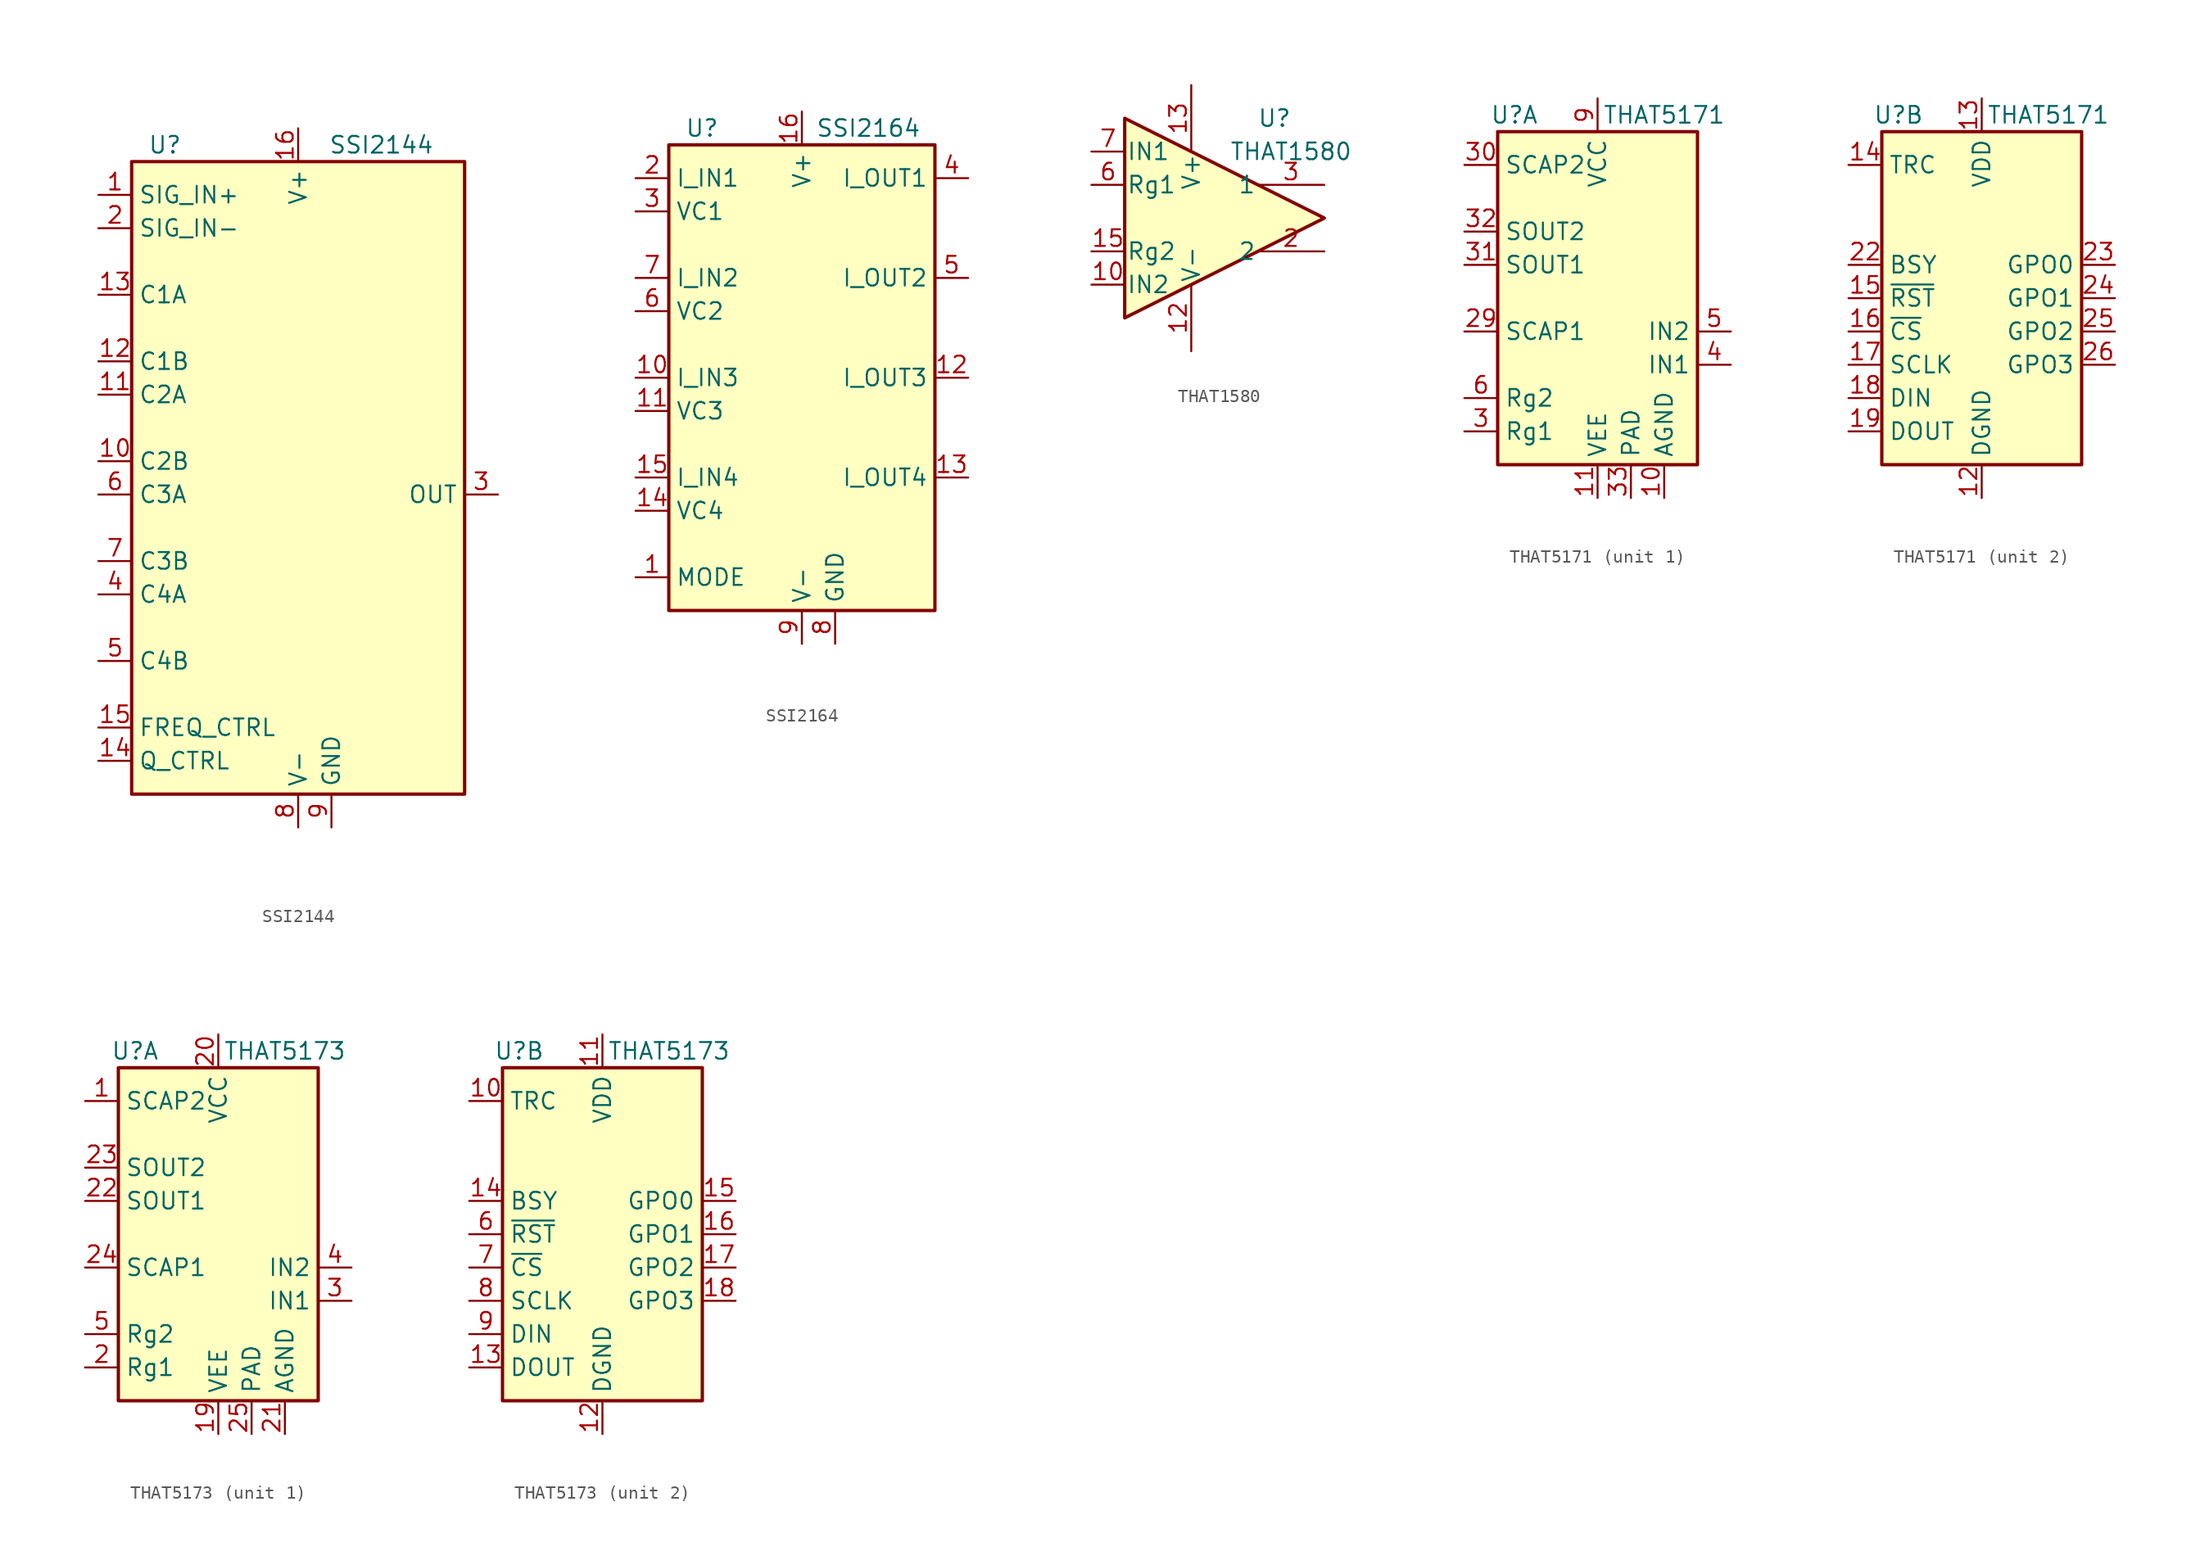
<source format=kicad_sym>
(kicad_symbol_lib
  (version 20201005)
  (generator kicad_symbol_editor)
  (symbol "SSI2144"
    (property "Reference" "U"
      (at -10.16 26.67 0)
      (effects (font (size 1.27 1.27))))
    (property "Value" "SSI2144"
      (at 6.35 26.67 0)
      (effects (font (size 1.27 1.27))))
    (symbol "SSI2144_0_1"
      (rectangle (start -12.7 25.4) (end 12.7 -22.86) (stroke (width 0.254)) (fill (type background))))
    (symbol "SSI2144_1_1"
      (pin input line (at -15.24 22.86 0) (length 2.54) (name "SIG_IN+" (effects (font (size 1.27 1.27)))) (number "1" (effects (font (size 1.27 1.27)))))
      (pin passive line (at -15.24 2.54 0) (length 2.54) (name "C2B" (effects (font (size 1.27 1.27)))) (number "10" (effects (font (size 1.27 1.27)))))
      (pin passive line (at -15.24 7.62 0) (length 2.54) (name "C2A" (effects (font (size 1.27 1.27)))) (number "11" (effects (font (size 1.27 1.27)))))
      (pin passive line (at -15.24 10.16 0) (length 2.54) (name "C1B" (effects (font (size 1.27 1.27)))) (number "12" (effects (font (size 1.27 1.27)))))
      (pin passive line (at -15.24 15.24 0) (length 2.54) (name "C1A" (effects (font (size 1.27 1.27)))) (number "13" (effects (font (size 1.27 1.27)))))
      (pin passive line (at -15.24 -20.32 0) (length 2.54) (name "Q_CTRL" (effects (font (size 1.27 1.27)))) (number "14" (effects (font (size 1.27 1.27)))))
      (pin passive line (at -15.24 -17.78 0) (length 2.54) (name "FREQ_CTRL" (effects (font (size 1.27 1.27)))) (number "15" (effects (font (size 1.27 1.27)))))
      (pin power_in line (at 0 27.94 270) (length 2.54) (name "V+" (effects (font (size 1.27 1.27)))) (number "16" (effects (font (size 1.27 1.27)))))
      (pin input line (at -15.24 20.32 0) (length 2.54) (name "SIG_IN-" (effects (font (size 1.27 1.27)))) (number "2" (effects (font (size 1.27 1.27)))))
      (pin output line (at 15.24 0 180) (length 2.54) (name "OUT" (effects (font (size 1.27 1.27)))) (number "3" (effects (font (size 1.27 1.27)))))
      (pin passive line (at -15.24 -7.62 0) (length 2.54) (name "C4A" (effects (font (size 1.27 1.27)))) (number "4" (effects (font (size 1.27 1.27)))))
      (pin passive line (at -15.24 -12.7 0) (length 2.54) (name "C4B" (effects (font (size 1.27 1.27)))) (number "5" (effects (font (size 1.27 1.27)))))
      (pin passive line (at -15.24 0 0) (length 2.54) (name "C3A" (effects (font (size 1.27 1.27)))) (number "6" (effects (font (size 1.27 1.27)))))
      (pin passive line (at -15.24 -5.08 0) (length 2.54) (name "C3B" (effects (font (size 1.27 1.27)))) (number "7" (effects (font (size 1.27 1.27)))))
      (pin power_in line (at 0 -25.4 90) (length 2.54) (name "V-" (effects (font (size 1.27 1.27)))) (number "8" (effects (font (size 1.27 1.27)))))
      (pin power_in line (at 2.54 -25.4 90) (length 2.54) (name "GND" (effects (font (size 1.27 1.27)))) (number "9" (effects (font (size 1.27 1.27)))))))
  (symbol "SSI2164"
    (property "Reference" "U"
      (at -7.62 19.05 0)
      (effects (font (size 1.27 1.27))))
    (property "Value" "SSI2164"
      (at 5.08 19.05 0)
      (effects (font (size 1.27 1.27))))
    (symbol "SSI2164_0_1"
      (rectangle (start -10.16 17.78) (end 10.16 -17.78) (stroke (width 0.254)) (fill (type background))))
    (symbol "SSI2164_1_1"
      (pin passive line (at -12.7 -15.24 0) (length 2.54) (name "MODE" (effects (font (size 1.27 1.27)))) (number "1" (effects (font (size 1.27 1.27)))))
      (pin input line (at -12.7 0 0) (length 2.54) (name "I_IN3" (effects (font (size 1.27 1.27)))) (number "10" (effects (font (size 1.27 1.27)))))
      (pin passive line (at -12.7 -2.54 0) (length 2.54) (name "VC3" (effects (font (size 1.27 1.27)))) (number "11" (effects (font (size 1.27 1.27)))))
      (pin output line (at 12.7 0 180) (length 2.54) (name "I_OUT3" (effects (font (size 1.27 1.27)))) (number "12" (effects (font (size 1.27 1.27)))))
      (pin output line (at 12.7 -7.62 180) (length 2.54) (name "I_OUT4" (effects (font (size 1.27 1.27)))) (number "13" (effects (font (size 1.27 1.27)))))
      (pin passive line (at -12.7 -10.16 0) (length 2.54) (name "VC4" (effects (font (size 1.27 1.27)))) (number "14" (effects (font (size 1.27 1.27)))))
      (pin input line (at -12.7 -7.62 0) (length 2.54) (name "I_IN4" (effects (font (size 1.27 1.27)))) (number "15" (effects (font (size 1.27 1.27)))))
      (pin power_in line (at 0 20.32 270) (length 2.54) (name "V+" (effects (font (size 1.27 1.27)))) (number "16" (effects (font (size 1.27 1.27)))))
      (pin input line (at -12.7 15.24 0) (length 2.54) (name "I_IN1" (effects (font (size 1.27 1.27)))) (number "2" (effects (font (size 1.27 1.27)))))
      (pin passive line (at -12.7 12.7 0) (length 2.54) (name "VC1" (effects (font (size 1.27 1.27)))) (number "3" (effects (font (size 1.27 1.27)))))
      (pin output line (at 12.7 15.24 180) (length 2.54) (name "I_OUT1" (effects (font (size 1.27 1.27)))) (number "4" (effects (font (size 1.27 1.27)))))
      (pin output line (at 12.7 7.62 180) (length 2.54) (name "I_OUT2" (effects (font (size 1.27 1.27)))) (number "5" (effects (font (size 1.27 1.27)))))
      (pin passive line (at -12.7 5.08 0) (length 2.54) (name "VC2" (effects (font (size 1.27 1.27)))) (number "6" (effects (font (size 1.27 1.27)))))
      (pin input line (at -12.7 7.62 0) (length 2.54) (name "I_IN2" (effects (font (size 1.27 1.27)))) (number "7" (effects (font (size 1.27 1.27)))))
      (pin power_in line (at 2.54 -20.32 90) (length 2.54) (name "GND" (effects (font (size 1.27 1.27)))) (number "8" (effects (font (size 1.27 1.27)))))
      (pin power_in line (at 0 -20.32 90) (length 2.54) (name "V-" (effects (font (size 1.27 1.27)))) (number "9" (effects (font (size 1.27 1.27)))))))
  (symbol "THAT1580"
    (pin_names
      (offset 0.127))
    (property "Reference" "U"
      (at 3.81 7.62 0)
      (effects (font (size 1.27 1.27))))
    (property "Value" "THAT1580"
      (at 5.08 5.08 0)
      (effects (font (size 1.27 1.27))))
    (symbol "THAT1580_0_1"
      (polyline (pts (xy -7.62 7.62) (xy -7.62 -7.62) (xy 7.62 0) (xy -7.62 7.62)) (stroke (width 0.254)) (fill (type background))))
    (symbol "THAT1580_1_1"
      (pin input line (at -10.16 -5.08 0) (length 2.54) (name "IN2" (effects (font (size 1.27 1.27)))) (number "10" (effects (font (size 1.27 1.27)))))
      (pin power_in line (at -2.54 -10.16 90) (length 5.08) (name "V-" (effects (font (size 1.27 1.27)))) (number "12" (effects (font (size 1.27 1.27)))))
      (pin power_in line (at -2.54 10.16 270) (length 5.08) (name "V+" (effects (font (size 1.27 1.27)))) (number "13" (effects (font (size 1.27 1.27)))))
      (pin passive line (at -10.16 -2.54 0) (length 2.54) (name "Rg2" (effects (font (size 1.27 1.27)))) (number "15" (effects (font (size 1.27 1.27)))))
      (pin passive line (at -2.54 -10.16 90) (length 5.08) hide (name "V-" (effects (font (size 1.27 1.27)))) (number "17" (effects (font (size 1.27 1.27)))))
      (pin output line (at 7.62 -2.54 180) (length 5.08) (name "2" (effects (font (size 1.27 1.27)))) (number "2" (effects (font (size 1.27 1.27)))))
      (pin output line (at 7.62 2.54 180) (length 5.08) (name "1" (effects (font (size 1.27 1.27)))) (number "3" (effects (font (size 1.27 1.27)))))
      (pin passive line (at -10.16 2.54 0) (length 2.54) (name "Rg1" (effects (font (size 1.27 1.27)))) (number "6" (effects (font (size 1.27 1.27)))))
      (pin input line (at -10.16 5.08 0) (length 2.54) (name "IN1" (effects (font (size 1.27 1.27)))) (number "7" (effects (font (size 1.27 1.27)))))))
  (symbol "THAT5171"
    (property "Reference" "U"
      (at -6.35 13.97 0)
      (effects (font (size 1.27 1.27))))
    (property "Value" "THAT5171"
      (at 5.08 13.97 0)
      (effects (font (size 1.27 1.27))))
    (property "ki_locked" ""
      (at 0 0 0)
      (effects (font (size 1.27 1.27))))
    (symbol "THAT5171_0_1"
      (rectangle (start -7.62 12.7) (end 7.62 -12.7) (stroke (width 0.254)) (fill (type background))))
    (symbol "THAT5171_1_1"
      (pin no_connect line (at 7.62 10.16 180) (length 2.54) hide (name "NC" (effects (font (size 1.27 1.27)))) (number "1" (effects (font (size 1.27 1.27)))))
      (pin power_in line (at 5.08 -15.24 90) (length 2.54) (name "AGND" (effects (font (size 1.27 1.27)))) (number "10" (effects (font (size 1.27 1.27)))))
      (pin power_in line (at 0 -15.24 90) (length 2.54) (name "VEE" (effects (font (size 1.27 1.27)))) (number "11" (effects (font (size 1.27 1.27)))))
      (pin no_connect line (at 7.62 7.62 180) (length 2.54) hide (name "NC" (effects (font (size 1.27 1.27)))) (number "2" (effects (font (size 1.27 1.27)))))
      (pin no_connect line (at 7.62 0 180) (length 2.54) hide (name "NC" (effects (font (size 1.27 1.27)))) (number "27" (effects (font (size 1.27 1.27)))))
      (pin passive line (at 5.08 -15.24 90) (length 2.54) hide (name "AGND" (effects (font (size 1.27 1.27)))) (number "28" (effects (font (size 1.27 1.27)))))
      (pin passive line (at -10.16 -2.54 0) (length 2.54) (name "SCAP1" (effects (font (size 1.27 1.27)))) (number "29" (effects (font (size 1.27 1.27)))))
      (pin passive line (at -10.16 -10.16 0) (length 2.54) (name "Rg1" (effects (font (size 1.27 1.27)))) (number "3" (effects (font (size 1.27 1.27)))))
      (pin passive line (at -10.16 10.16 0) (length 2.54) (name "SCAP2" (effects (font (size 1.27 1.27)))) (number "30" (effects (font (size 1.27 1.27)))))
      (pin output line (at -10.16 2.54 0) (length 2.54) (name "SOUT1" (effects (font (size 1.27 1.27)))) (number "31" (effects (font (size 1.27 1.27)))))
      (pin output line (at -10.16 5.08 0) (length 2.54) (name "SOUT2" (effects (font (size 1.27 1.27)))) (number "32" (effects (font (size 1.27 1.27)))))
      (pin passive line (at 2.54 -15.24 90) (length 2.54) (name "PAD" (effects (font (size 1.27 1.27)))) (number "33" (effects (font (size 1.27 1.27)))))
      (pin input line (at 10.16 -5.08 180) (length 2.54) (name "IN1" (effects (font (size 1.27 1.27)))) (number "4" (effects (font (size 1.27 1.27)))))
      (pin input line (at 10.16 -2.54 180) (length 2.54) (name "IN2" (effects (font (size 1.27 1.27)))) (number "5" (effects (font (size 1.27 1.27)))))
      (pin passive line (at -10.16 -7.62 0) (length 2.54) (name "Rg2" (effects (font (size 1.27 1.27)))) (number "6" (effects (font (size 1.27 1.27)))))
      (pin no_connect line (at 7.62 5.08 180) (length 2.54) hide (name "NC" (effects (font (size 1.27 1.27)))) (number "7" (effects (font (size 1.27 1.27)))))
      (pin no_connect line (at 7.62 2.54 180) (length 2.54) hide (name "NC" (effects (font (size 1.27 1.27)))) (number "8" (effects (font (size 1.27 1.27)))))
      (pin power_in line (at 0 15.24 270) (length 2.54) (name "VCC" (effects (font (size 1.27 1.27)))) (number "9" (effects (font (size 1.27 1.27))))))
    (symbol "THAT5171_2_1"
      (pin power_in line (at 0 -15.24 90) (length 2.54) (name "DGND" (effects (font (size 1.27 1.27)))) (number "12" (effects (font (size 1.27 1.27)))))
      (pin power_in line (at 0 15.24 270) (length 2.54) (name "VDD" (effects (font (size 1.27 1.27)))) (number "13" (effects (font (size 1.27 1.27)))))
      (pin passive line (at -10.16 10.16 0) (length 2.54) (name "TRC" (effects (font (size 1.27 1.27)))) (number "14" (effects (font (size 1.27 1.27)))))
      (pin input line (at -10.16 0 0) (length 2.54) (name "~RST" (effects (font (size 1.27 1.27)))) (number "15" (effects (font (size 1.27 1.27)))))
      (pin input line (at -10.16 -2.54 0) (length 2.54) (name "~CS" (effects (font (size 1.27 1.27)))) (number "16" (effects (font (size 1.27 1.27)))))
      (pin input line (at -10.16 -5.08 0) (length 2.54) (name "SCLK" (effects (font (size 1.27 1.27)))) (number "17" (effects (font (size 1.27 1.27)))))
      (pin input line (at -10.16 -7.62 0) (length 2.54) (name "DIN" (effects (font (size 1.27 1.27)))) (number "18" (effects (font (size 1.27 1.27)))))
      (pin tri_state line (at -10.16 -10.16 0) (length 2.54) (name "DOUT" (effects (font (size 1.27 1.27)))) (number "19" (effects (font (size 1.27 1.27)))))
      (pin passive line (at 0 -15.24 90) (length 2.54) hide (name "DGND" (effects (font (size 1.27 1.27)))) (number "20" (effects (font (size 1.27 1.27)))))
      (pin passive line (at 0 15.24 270) (length 2.54) hide (name "VDD" (effects (font (size 1.27 1.27)))) (number "21" (effects (font (size 1.27 1.27)))))
      (pin output line (at -10.16 2.54 0) (length 2.54) (name "BSY" (effects (font (size 1.27 1.27)))) (number "22" (effects (font (size 1.27 1.27)))))
      (pin bidirectional line (at 10.16 2.54 180) (length 2.54) (name "GPO0" (effects (font (size 1.27 1.27)))) (number "23" (effects (font (size 1.27 1.27)))))
      (pin bidirectional line (at 10.16 0 180) (length 2.54) (name "GPO1" (effects (font (size 1.27 1.27)))) (number "24" (effects (font (size 1.27 1.27)))))
      (pin bidirectional line (at 10.16 -2.54 180) (length 2.54) (name "GPO2" (effects (font (size 1.27 1.27)))) (number "25" (effects (font (size 1.27 1.27)))))
      (pin bidirectional line (at 10.16 -5.08 180) (length 2.54) (name "GPO3" (effects (font (size 1.27 1.27)))) (number "26" (effects (font (size 1.27 1.27)))))))
  (symbol "THAT5173"
    (property "Reference" "U"
      (at -6.35 13.97 0)
      (effects (font (size 1.27 1.27))))
    (property "Value" "THAT5173"
      (at 5.08 13.97 0)
      (effects (font (size 1.27 1.27))))
    (property "ki_locked" ""
      (at 0 0 0)
      (effects (font (size 1.27 1.27))))
    (symbol "THAT5173_0_1"
      (rectangle (start -7.62 12.7) (end 7.62 -12.7) (stroke (width 0.254)) (fill (type background))))
    (symbol "THAT5173_1_1"
      (pin passive line (at -10.16 10.16 0) (length 2.54) (name "SCAP2" (effects (font (size 1.27 1.27)))) (number "1" (effects (font (size 1.27 1.27)))))
      (pin power_in line (at 0 -15.24 90) (length 2.54) (name "VEE" (effects (font (size 1.27 1.27)))) (number "19" (effects (font (size 1.27 1.27)))))
      (pin passive line (at -10.16 -10.16 0) (length 2.54) (name "Rg1" (effects (font (size 1.27 1.27)))) (number "2" (effects (font (size 1.27 1.27)))))
      (pin power_in line (at 0 15.24 270) (length 2.54) (name "VCC" (effects (font (size 1.27 1.27)))) (number "20" (effects (font (size 1.27 1.27)))))
      (pin power_in line (at 5.08 -15.24 90) (length 2.54) (name "AGND" (effects (font (size 1.27 1.27)))) (number "21" (effects (font (size 1.27 1.27)))))
      (pin output line (at -10.16 2.54 0) (length 2.54) (name "SOUT1" (effects (font (size 1.27 1.27)))) (number "22" (effects (font (size 1.27 1.27)))))
      (pin output line (at -10.16 5.08 0) (length 2.54) (name "SOUT2" (effects (font (size 1.27 1.27)))) (number "23" (effects (font (size 1.27 1.27)))))
      (pin passive line (at -10.16 -2.54 0) (length 2.54) (name "SCAP1" (effects (font (size 1.27 1.27)))) (number "24" (effects (font (size 1.27 1.27)))))
      (pin passive line (at 2.54 -15.24 90) (length 2.54) (name "PAD" (effects (font (size 1.27 1.27)))) (number "25" (effects (font (size 1.27 1.27)))))
      (pin input line (at 10.16 -5.08 180) (length 2.54) (name "IN1" (effects (font (size 1.27 1.27)))) (number "3" (effects (font (size 1.27 1.27)))))
      (pin input line (at 10.16 -2.54 180) (length 2.54) (name "IN2" (effects (font (size 1.27 1.27)))) (number "4" (effects (font (size 1.27 1.27)))))
      (pin passive line (at -10.16 -7.62 0) (length 2.54) (name "Rg2" (effects (font (size 1.27 1.27)))) (number "5" (effects (font (size 1.27 1.27))))))
    (symbol "THAT5173_2_1"
      (pin passive line (at -10.16 10.16 0) (length 2.54) (name "TRC" (effects (font (size 1.27 1.27)))) (number "10" (effects (font (size 1.27 1.27)))))
      (pin power_in line (at 0 15.24 270) (length 2.54) (name "VDD" (effects (font (size 1.27 1.27)))) (number "11" (effects (font (size 1.27 1.27)))))
      (pin power_in line (at 0 -15.24 90) (length 2.54) (name "DGND" (effects (font (size 1.27 1.27)))) (number "12" (effects (font (size 1.27 1.27)))))
      (pin tri_state line (at -10.16 -10.16 0) (length 2.54) (name "DOUT" (effects (font (size 1.27 1.27)))) (number "13" (effects (font (size 1.27 1.27)))))
      (pin output line (at -10.16 2.54 0) (length 2.54) (name "BSY" (effects (font (size 1.27 1.27)))) (number "14" (effects (font (size 1.27 1.27)))))
      (pin output line (at 10.16 2.54 180) (length 2.54) (name "GPO0" (effects (font (size 1.27 1.27)))) (number "15" (effects (font (size 1.27 1.27)))))
      (pin output line (at 10.16 0 180) (length 2.54) (name "GPO1" (effects (font (size 1.27 1.27)))) (number "16" (effects (font (size 1.27 1.27)))))
      (pin output line (at 10.16 -2.54 180) (length 2.54) (name "GPO2" (effects (font (size 1.27 1.27)))) (number "17" (effects (font (size 1.27 1.27)))))
      (pin output line (at 10.16 -5.08 180) (length 2.54) (name "GPO3" (effects (font (size 1.27 1.27)))) (number "18" (effects (font (size 1.27 1.27)))))
      (pin input line (at -10.16 0 0) (length 2.54) (name "~RST" (effects (font (size 1.27 1.27)))) (number "6" (effects (font (size 1.27 1.27)))))
      (pin input line (at -10.16 -2.54 0) (length 2.54) (name "~CS" (effects (font (size 1.27 1.27)))) (number "7" (effects (font (size 1.27 1.27)))))
      (pin input line (at -10.16 -5.08 0) (length 2.54) (name "SCLK" (effects (font (size 1.27 1.27)))) (number "8" (effects (font (size 1.27 1.27)))))
      (pin input line (at -10.16 -7.62 0) (length 2.54) (name "DIN" (effects (font (size 1.27 1.27)))) (number "9" (effects (font (size 1.27 1.27))))))))
</source>
